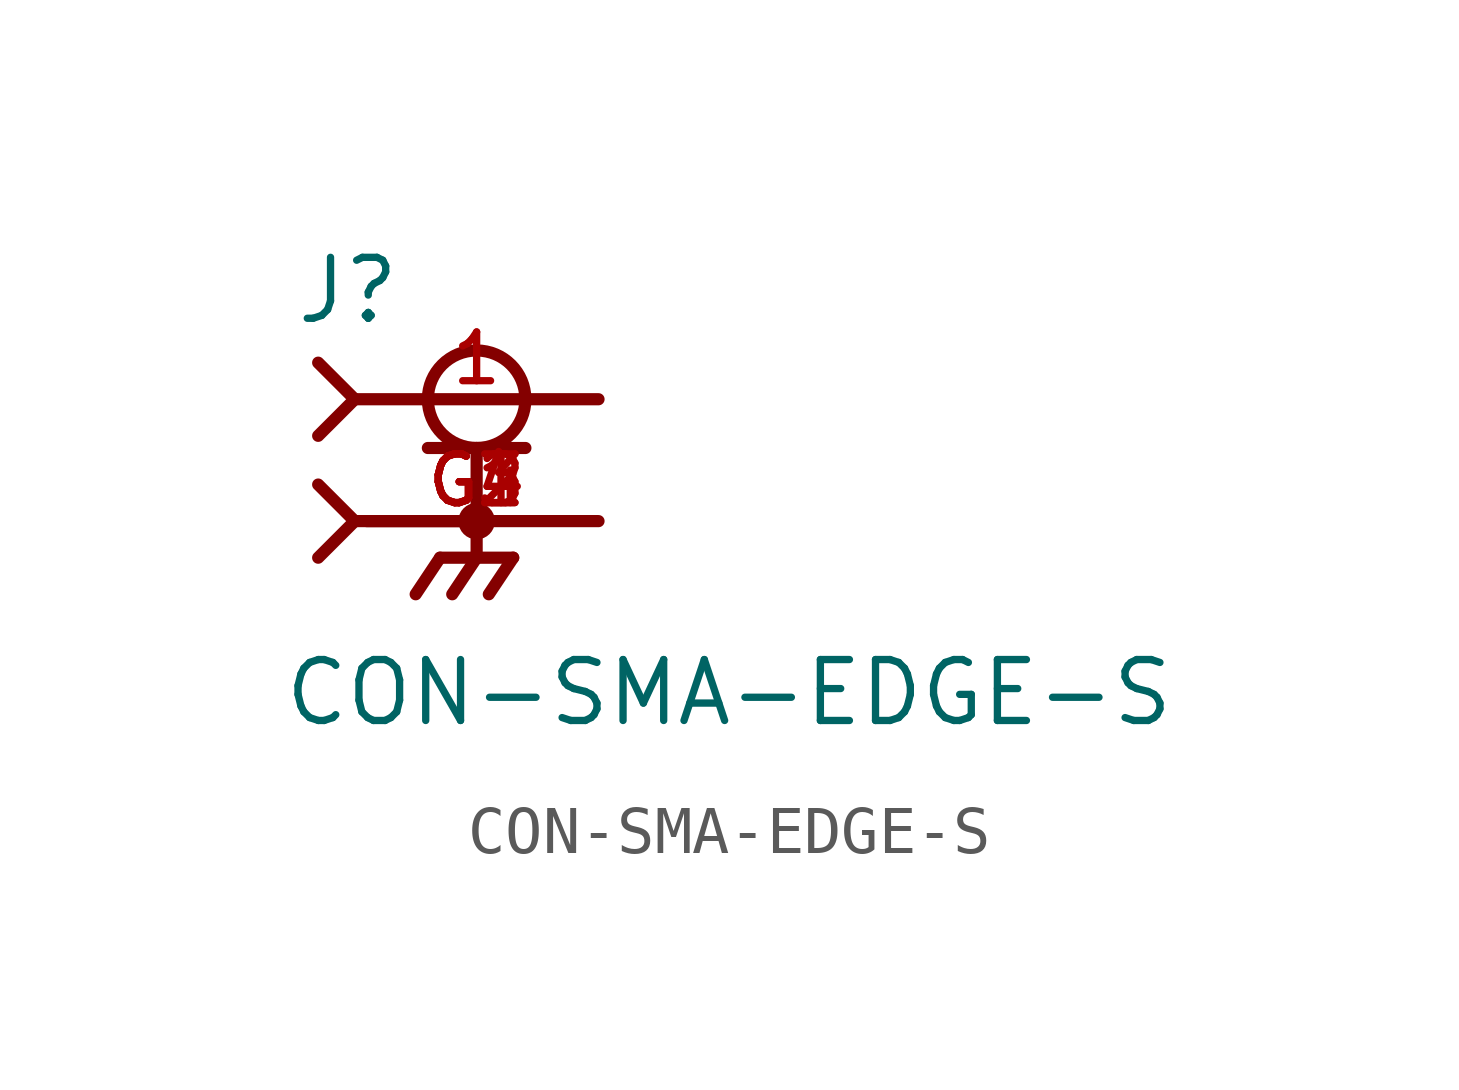
<source format=kicad_sym>
(kicad_symbol_lib
  (version 20241209)
  (generator "kicad_symbol_editor")
  (generator_version "9.0")
  (symbol "CON-SMA-EDGE-S"
    (pin_names
      (offset 1.016))
    (property "Reference" "J"
      (at -3.81 4.064 0)
      (effects (font (size 1.27 1.27)) (justify left bottom)))
    (property "Value" "CON-SMA-EDGE-S"
      (at -4.064 -4.318 0)
      (effects (font (size 1.27 1.27)) (justify left bottom)))
    (symbol "CON-SMA-EDGE-S_0_0"
      (polyline (pts (xy -3.302 3.302) (xy -2.54 2.54)) (stroke (width 0.254) (type default)) (fill (type none)))
      (polyline (pts (xy -3.302 1.778) (xy -2.54 2.54)) (stroke (width 0.254) (type default)) (fill (type none)))
      (polyline (pts (xy -3.302 0.762) (xy -2.54 0)) (stroke (width 0.254) (type default)) (fill (type none)))
      (polyline (pts (xy -3.302 -0.762) (xy -2.54 0)) (stroke (width 0.254) (type default)) (fill (type none)))
      (polyline (pts (xy -2.54 2.54) (xy 2.54 2.54)) (stroke (width 0.254) (type default)) (fill (type none)))
      (polyline (pts (xy -2.54 0) (xy 0 0)) (stroke (width 0.254) (type default)) (fill (type none)))
      (polyline (pts (xy -1.016 1.524) (xy 0 1.524)) (stroke (width 0.254) (type default)) (fill (type none)))
      (polyline (pts (xy -0.762 -0.762) (xy -1.27 -1.524)) (stroke (width 0.254) (type default)) (fill (type none)))
      (circle (center 0 2.54) (radius 1.016) (stroke (width 0.254) (type default)) (fill (type none)))
      (polyline (pts (xy 0 1.524) (xy 0 0)) (stroke (width 0.254) (type default)) (fill (type none)))
      (polyline (pts (xy 0 1.524) (xy 1.016 1.524)) (stroke (width 0.254) (type default)) (fill (type none)))
      (polyline (pts (xy 0 0) (xy -2.286 0)) (stroke (width 0.254) (type default)) (fill (type none)))
      (polyline (pts (xy 0 0) (xy 0 -0.762)) (stroke (width 0.254) (type default)) (fill (type none)))
      (circle (center 0 0) (radius 0.254) (stroke (width 0.254) (type default)) (fill (type none)))
      (polyline (pts (xy 0 -0.762) (xy -0.508 -1.524)) (stroke (width 0.254) (type default)) (fill (type none)))
      (polyline (pts (xy 0.762 -0.762) (xy -0.762 -0.762)) (stroke (width 0.254) (type default)) (fill (type none)))
      (polyline (pts (xy 0.762 -0.762) (xy 0.254 -1.524)) (stroke (width 0.254) (type default)) (fill (type none)))
      (polyline (pts (xy 2.54 0) (xy 0 0)) (stroke (width 0.254) (type default)) (fill (type none)))
      (pin passive line (at 2.54 2.54 180) (length 5.08) (name "~" (effects (font (size 1.016 1.016)))) (number "1" (effects (font (size 1.016 1.016)))))
      (pin passive line (at 2.54 0 180) (length 5.08) (name "~" (effects (font (size 1.016 1.016)))) (number "G1" (effects (font (size 1.016 1.016)))))
      (pin passive line (at 2.54 0 180) (length 5.08) (name "~" (effects (font (size 1.016 1.016)))) (number "G2" (effects (font (size 1.016 1.016)))))
      (pin passive line (at 2.54 0 180) (length 5.08) (name "~" (effects (font (size 1.016 1.016)))) (number "G3" (effects (font (size 1.016 1.016)))))
      (pin passive line (at 2.54 0 180) (length 5.08) (name "~" (effects (font (size 1.016 1.016)))) (number "G4" (effects (font (size 1.016 1.016))))))))
</source>
